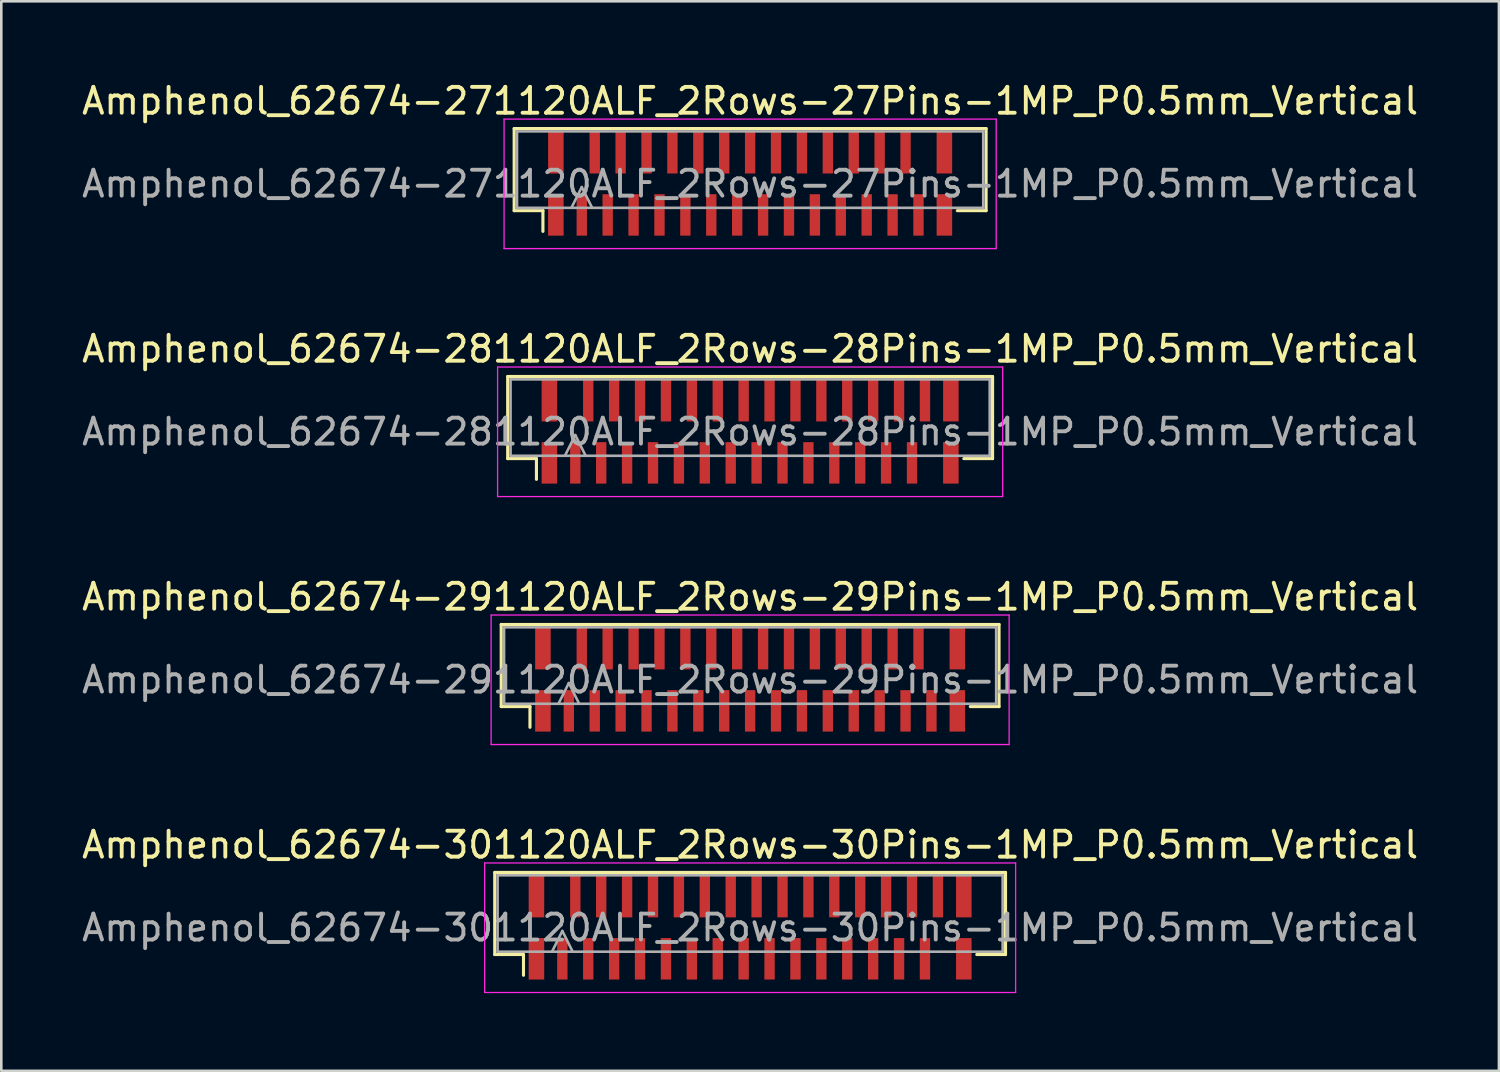
<source format=kicad_pcb>
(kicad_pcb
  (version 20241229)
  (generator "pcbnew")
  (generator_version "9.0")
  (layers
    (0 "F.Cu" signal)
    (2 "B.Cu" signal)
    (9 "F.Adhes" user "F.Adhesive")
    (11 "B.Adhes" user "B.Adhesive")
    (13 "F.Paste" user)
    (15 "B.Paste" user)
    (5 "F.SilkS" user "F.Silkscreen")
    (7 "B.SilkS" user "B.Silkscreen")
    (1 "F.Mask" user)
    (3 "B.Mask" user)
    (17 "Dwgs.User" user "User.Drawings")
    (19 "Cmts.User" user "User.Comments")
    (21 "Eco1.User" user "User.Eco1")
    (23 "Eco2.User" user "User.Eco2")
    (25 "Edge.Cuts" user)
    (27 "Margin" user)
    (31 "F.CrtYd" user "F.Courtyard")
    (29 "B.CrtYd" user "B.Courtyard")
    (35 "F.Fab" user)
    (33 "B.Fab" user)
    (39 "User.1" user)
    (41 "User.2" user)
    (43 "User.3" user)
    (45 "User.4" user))
  (footprint "Amphenol_62674-291120ALF_2Rows-29Pins-1MP_P0.5mm_Vertical"
    (layer "F.Cu")
    (at 25.911 23.195)
    (property "Reference" "Amphenol_62674-291120ALF_2Rows-29Pins-1MP_P0.5mm_Vertical" (at 0 -3.2 0) (layer "F.SilkS") (effects (font (size 1 1) (thickness 0.15))))
    (attr smd)
    (fp_line (start -9.61 -2.135) (end -9.61 1.035) (stroke (width 0.12) (type solid)) (layer "F.SilkS"))
    (fp_line (start -9.61 1.035) (end -8.5 1.035) (stroke (width 0.12) (type solid)) (layer "F.SilkS"))
    (fp_line (start -8.5 1.035) (end -8.5 1.835) (stroke (width 0.12) (type solid)) (layer "F.SilkS"))
    (fp_line (start 8.5 1.035) (end 9.61 1.035) (stroke (width 0.12) (type solid)) (layer "F.SilkS"))
    (fp_line (start 9.61 -2.135) (end -9.61 -2.135) (stroke (width 0.12) (type solid)) (layer "F.SilkS"))
    (fp_line (start 9.61 1.035) (end 9.61 -2.135) (stroke (width 0.12) (type solid)) (layer "F.SilkS"))
    (fp_line (start -10 -2.5) (end 10 -2.5) (stroke (width 0.05) (type solid)) (layer "F.CrtYd"))
    (fp_line (start -10 2.5) (end -10 -2.5) (stroke (width 0.05) (type solid)) (layer "F.CrtYd"))
    (fp_line (start 10 -2.5) (end 10 2.5) (stroke (width 0.05) (type solid)) (layer "F.CrtYd"))
    (fp_line (start 10 2.5) (end -10 2.5) (stroke (width 0.05) (type solid)) (layer "F.CrtYd"))
    (fp_line (start -9.5 -2.025) (end -9.5 0.925) (stroke (width 0.1) (type solid)) (layer "F.Fab"))
    (fp_line (start -9.5 0.925) (end 9.5 0.925) (stroke (width 0.1) (type solid)) (layer "F.Fab"))
    (fp_line (start -7.4 0.925) (end -7 0.125) (stroke (width 0.1) (type solid)) (layer "F.Fab"))
    (fp_line (start -7 0.125) (end -6.6 0.925) (stroke (width 0.1) (type solid)) (layer "F.Fab"))
    (fp_line (start 9.5 -2.025) (end -9.5 -2.025) (stroke (width 0.1) (type solid)) (layer "F.Fab"))
    (fp_line (start 9.5 0.925) (end 9.5 -2.025) (stroke (width 0.1) (type solid)) (layer "F.Fab"))
    (fp_text user "${REFERENCE}" (at 0 0 0) (layer "F.Fab") (effects (font (size 1 1) (thickness 0.15))))
    (pad "1" smd rect (at -7 1.2) (size 0.4 1.6) (layers "F.Cu" "F.Mask" "F.Paste"))
    (pad "2" smd rect (at -6.5 -1.2) (size 0.4 1.6) (layers "F.Cu" "F.Mask" "F.Paste"))
    (pad "3" smd rect (at -6 1.2) (size 0.4 1.6) (layers "F.Cu" "F.Mask" "F.Paste"))
    (pad "4" smd rect (at -5.5 -1.2) (size 0.4 1.6) (layers "F.Cu" "F.Mask" "F.Paste"))
    (pad "5" smd rect (at -5 1.2) (size 0.4 1.6) (layers "F.Cu" "F.Mask" "F.Paste"))
    (pad "6" smd rect (at -4.5 -1.2) (size 0.4 1.6) (layers "F.Cu" "F.Mask" "F.Paste"))
    (pad "7" smd rect (at -4 1.2) (size 0.4 1.6) (layers "F.Cu" "F.Mask" "F.Paste"))
    (pad "8" smd rect (at -3.5 -1.2) (size 0.4 1.6) (layers "F.Cu" "F.Mask" "F.Paste"))
    (pad "9" smd rect (at -3 1.2) (size 0.4 1.6) (layers "F.Cu" "F.Mask" "F.Paste"))
    (pad "10" smd rect (at -2.5 -1.2) (size 0.4 1.6) (layers "F.Cu" "F.Mask" "F.Paste"))
    (pad "11" smd rect (at -2 1.2) (size 0.4 1.6) (layers "F.Cu" "F.Mask" "F.Paste"))
    (pad "12" smd rect (at -1.5 -1.2) (size 0.4 1.6) (layers "F.Cu" "F.Mask" "F.Paste"))
    (pad "13" smd rect (at -1 1.2) (size 0.4 1.6) (layers "F.Cu" "F.Mask" "F.Paste"))
    (pad "14" smd rect (at -0.5 -1.2) (size 0.4 1.6) (layers "F.Cu" "F.Mask" "F.Paste"))
    (pad "15" smd rect (at 0 1.2) (size 0.4 1.6) (layers "F.Cu" "F.Mask" "F.Paste"))
    (pad "16" smd rect (at 0.5 -1.2) (size 0.4 1.6) (layers "F.Cu" "F.Mask" "F.Paste"))
    (pad "17" smd rect (at 1 1.2) (size 0.4 1.6) (layers "F.Cu" "F.Mask" "F.Paste"))
    (pad "18" smd rect (at 1.5 -1.2) (size 0.4 1.6) (layers "F.Cu" "F.Mask" "F.Paste"))
    (pad "19" smd rect (at 2 1.2) (size 0.4 1.6) (layers "F.Cu" "F.Mask" "F.Paste"))
    (pad "20" smd rect (at 2.5 -1.2) (size 0.4 1.6) (layers "F.Cu" "F.Mask" "F.Paste"))
    (pad "21" smd rect (at 3 1.2) (size 0.4 1.6) (layers "F.Cu" "F.Mask" "F.Paste"))
    (pad "22" smd rect (at 3.5 -1.2) (size 0.4 1.6) (layers "F.Cu" "F.Mask" "F.Paste"))
    (pad "23" smd rect (at 4 1.2) (size 0.4 1.6) (layers "F.Cu" "F.Mask" "F.Paste"))
    (pad "24" smd rect (at 4.5 -1.2) (size 0.4 1.6) (layers "F.Cu" "F.Mask" "F.Paste"))
    (pad "25" smd rect (at 5 1.2) (size 0.4 1.6) (layers "F.Cu" "F.Mask" "F.Paste"))
    (pad "26" smd rect (at 5.5 -1.2) (size 0.4 1.6) (layers "F.Cu" "F.Mask" "F.Paste"))
    (pad "27" smd rect (at 6 1.2) (size 0.4 1.6) (layers "F.Cu" "F.Mask" "F.Paste"))
    (pad "28" smd rect (at 6.5 -1.2) (size 0.4 1.6) (layers "F.Cu" "F.Mask" "F.Paste"))
    (pad "29" smd rect (at 7 1.2) (size 0.4 1.6) (layers "F.Cu" "F.Mask" "F.Paste"))
    (pad "MP" smd rect (at -8 -1.2) (size 0.6 1.6) (layers "F.Cu" "F.Mask" "F.Paste"))
    (pad "MP" smd rect (at -8 1.2) (size 0.6 1.6) (layers "F.Cu" "F.Mask" "F.Paste"))
    (pad "MP" smd rect (at 8 -1.2) (size 0.6 1.6) (layers "F.Cu" "F.Mask" "F.Paste"))
    (pad "MP" smd rect (at 8 1.2) (size 0.6 1.6) (layers "F.Cu" "F.Mask" "F.Paste")))
  (footprint "Amphenol_62674-301120ALF_2Rows-30Pins-1MP_P0.5mm_Vertical"
    (layer "F.Cu")
    (at 25.911 32.768)
    (property "Reference" "Amphenol_62674-301120ALF_2Rows-30Pins-1MP_P0.5mm_Vertical" (at 0 -3.2 0) (layer "F.SilkS") (effects (font (size 1 1) (thickness 0.15))))
    (attr smd)
    (fp_line (start -9.86 -2.135) (end -9.86 1.035) (stroke (width 0.12) (type solid)) (layer "F.SilkS"))
    (fp_line (start -9.86 1.035) (end -8.75 1.035) (stroke (width 0.12) (type solid)) (layer "F.SilkS"))
    (fp_line (start -8.75 1.035) (end -8.75 1.835) (stroke (width 0.12) (type solid)) (layer "F.SilkS"))
    (fp_line (start 8.75 1.035) (end 9.86 1.035) (stroke (width 0.12) (type solid)) (layer "F.SilkS"))
    (fp_line (start 9.86 -2.135) (end -9.86 -2.135) (stroke (width 0.12) (type solid)) (layer "F.SilkS"))
    (fp_line (start 9.86 1.035) (end 9.86 -2.135) (stroke (width 0.12) (type solid)) (layer "F.SilkS"))
    (fp_line (start -10.25 -2.5) (end 10.25 -2.5) (stroke (width 0.05) (type solid)) (layer "F.CrtYd"))
    (fp_line (start -10.25 2.5) (end -10.25 -2.5) (stroke (width 0.05) (type solid)) (layer "F.CrtYd"))
    (fp_line (start 10.25 -2.5) (end 10.25 2.5) (stroke (width 0.05) (type solid)) (layer "F.CrtYd"))
    (fp_line (start 10.25 2.5) (end -10.25 2.5) (stroke (width 0.05) (type solid)) (layer "F.CrtYd"))
    (fp_line (start -9.75 -2.025) (end -9.75 0.925) (stroke (width 0.1) (type solid)) (layer "F.Fab"))
    (fp_line (start -9.75 0.925) (end 9.75 0.925) (stroke (width 0.1) (type solid)) (layer "F.Fab"))
    (fp_line (start -7.65 0.925) (end -7.25 0.125) (stroke (width 0.1) (type solid)) (layer "F.Fab"))
    (fp_line (start -7.25 0.125) (end -6.85 0.925) (stroke (width 0.1) (type solid)) (layer "F.Fab"))
    (fp_line (start 9.75 -2.025) (end -9.75 -2.025) (stroke (width 0.1) (type solid)) (layer "F.Fab"))
    (fp_line (start 9.75 0.925) (end 9.75 -2.025) (stroke (width 0.1) (type solid)) (layer "F.Fab"))
    (fp_text user "${REFERENCE}" (at 0 0 0) (layer "F.Fab") (effects (font (size 1 1) (thickness 0.15))))
    (pad "1" smd rect (at -7.25 1.2) (size 0.4 1.6) (layers "F.Cu" "F.Mask" "F.Paste"))
    (pad "2" smd rect (at -6.75 -1.2) (size 0.4 1.6) (layers "F.Cu" "F.Mask" "F.Paste"))
    (pad "3" smd rect (at -6.25 1.2) (size 0.4 1.6) (layers "F.Cu" "F.Mask" "F.Paste"))
    (pad "4" smd rect (at -5.75 -1.2) (size 0.4 1.6) (layers "F.Cu" "F.Mask" "F.Paste"))
    (pad "5" smd rect (at -5.25 1.2) (size 0.4 1.6) (layers "F.Cu" "F.Mask" "F.Paste"))
    (pad "6" smd rect (at -4.75 -1.2) (size 0.4 1.6) (layers "F.Cu" "F.Mask" "F.Paste"))
    (pad "7" smd rect (at -4.25 1.2) (size 0.4 1.6) (layers "F.Cu" "F.Mask" "F.Paste"))
    (pad "8" smd rect (at -3.75 -1.2) (size 0.4 1.6) (layers "F.Cu" "F.Mask" "F.Paste"))
    (pad "9" smd rect (at -3.25 1.2) (size 0.4 1.6) (layers "F.Cu" "F.Mask" "F.Paste"))
    (pad "10" smd rect (at -2.75 -1.2) (size 0.4 1.6) (layers "F.Cu" "F.Mask" "F.Paste"))
    (pad "11" smd rect (at -2.25 1.2) (size 0.4 1.6) (layers "F.Cu" "F.Mask" "F.Paste"))
    (pad "12" smd rect (at -1.75 -1.2) (size 0.4 1.6) (layers "F.Cu" "F.Mask" "F.Paste"))
    (pad "13" smd rect (at -1.25 1.2) (size 0.4 1.6) (layers "F.Cu" "F.Mask" "F.Paste"))
    (pad "14" smd rect (at -0.75 -1.2) (size 0.4 1.6) (layers "F.Cu" "F.Mask" "F.Paste"))
    (pad "15" smd rect (at -0.25 1.2) (size 0.4 1.6) (layers "F.Cu" "F.Mask" "F.Paste"))
    (pad "16" smd rect (at 0.25 -1.2) (size 0.4 1.6) (layers "F.Cu" "F.Mask" "F.Paste"))
    (pad "17" smd rect (at 0.75 1.2) (size 0.4 1.6) (layers "F.Cu" "F.Mask" "F.Paste"))
    (pad "18" smd rect (at 1.25 -1.2) (size 0.4 1.6) (layers "F.Cu" "F.Mask" "F.Paste"))
    (pad "19" smd rect (at 1.75 1.2) (size 0.4 1.6) (layers "F.Cu" "F.Mask" "F.Paste"))
    (pad "20" smd rect (at 2.25 -1.2) (size 0.4 1.6) (layers "F.Cu" "F.Mask" "F.Paste"))
    (pad "21" smd rect (at 2.75 1.2) (size 0.4 1.6) (layers "F.Cu" "F.Mask" "F.Paste"))
    (pad "22" smd rect (at 3.25 -1.2) (size 0.4 1.6) (layers "F.Cu" "F.Mask" "F.Paste"))
    (pad "23" smd rect (at 3.75 1.2) (size 0.4 1.6) (layers "F.Cu" "F.Mask" "F.Paste"))
    (pad "24" smd rect (at 4.25 -1.2) (size 0.4 1.6) (layers "F.Cu" "F.Mask" "F.Paste"))
    (pad "25" smd rect (at 4.75 1.2) (size 0.4 1.6) (layers "F.Cu" "F.Mask" "F.Paste"))
    (pad "26" smd rect (at 5.25 -1.2) (size 0.4 1.6) (layers "F.Cu" "F.Mask" "F.Paste"))
    (pad "27" smd rect (at 5.75 1.2) (size 0.4 1.6) (layers "F.Cu" "F.Mask" "F.Paste"))
    (pad "28" smd rect (at 6.25 -1.2) (size 0.4 1.6) (layers "F.Cu" "F.Mask" "F.Paste"))
    (pad "29" smd rect (at 6.75 1.2) (size 0.4 1.6) (layers "F.Cu" "F.Mask" "F.Paste"))
    (pad "30" smd rect (at 7.25 -1.2) (size 0.4 1.6) (layers "F.Cu" "F.Mask" "F.Paste"))
    (pad "MP" smd rect (at -8.25 -1.2) (size 0.6 1.6) (layers "F.Cu" "F.Mask" "F.Paste"))
    (pad "MP" smd rect (at -8.25 1.2) (size 0.6 1.6) (layers "F.Cu" "F.Mask" "F.Paste"))
    (pad "MP" smd rect (at 8.25 -1.2) (size 0.6 1.6) (layers "F.Cu" "F.Mask" "F.Paste"))
    (pad "MP" smd rect (at 8.25 1.2) (size 0.6 1.6) (layers "F.Cu" "F.Mask" "F.Paste")))
  (footprint "Amphenol_62674-271120ALF_2Rows-27Pins-1MP_P0.5mm_Vertical"
    (layer "F.Cu")
    (at 25.911 4.048)
    (property "Reference" "Amphenol_62674-271120ALF_2Rows-27Pins-1MP_P0.5mm_Vertical" (at 0 -3.2 0) (layer "F.SilkS") (effects (font (size 1 1) (thickness 0.15))))
    (attr smd)
    (fp_line (start -9.11 -2.135) (end -9.11 1.035) (stroke (width 0.12) (type solid)) (layer "F.SilkS"))
    (fp_line (start -9.11 1.035) (end -8 1.035) (stroke (width 0.12) (type solid)) (layer "F.SilkS"))
    (fp_line (start -8 1.035) (end -8 1.835) (stroke (width 0.12) (type solid)) (layer "F.SilkS"))
    (fp_line (start 8 1.035) (end 9.11 1.035) (stroke (width 0.12) (type solid)) (layer "F.SilkS"))
    (fp_line (start 9.11 -2.135) (end -9.11 -2.135) (stroke (width 0.12) (type solid)) (layer "F.SilkS"))
    (fp_line (start 9.11 1.035) (end 9.11 -2.135) (stroke (width 0.12) (type solid)) (layer "F.SilkS"))
    (fp_line (start -9.5 -2.5) (end 9.5 -2.5) (stroke (width 0.05) (type solid)) (layer "F.CrtYd"))
    (fp_line (start -9.5 2.5) (end -9.5 -2.5) (stroke (width 0.05) (type solid)) (layer "F.CrtYd"))
    (fp_line (start 9.5 -2.5) (end 9.5 2.5) (stroke (width 0.05) (type solid)) (layer "F.CrtYd"))
    (fp_line (start 9.5 2.5) (end -9.5 2.5) (stroke (width 0.05) (type solid)) (layer "F.CrtYd"))
    (fp_line (start -9 -2.025) (end -9 0.925) (stroke (width 0.1) (type solid)) (layer "F.Fab"))
    (fp_line (start -9 0.925) (end 9 0.925) (stroke (width 0.1) (type solid)) (layer "F.Fab"))
    (fp_line (start -6.9 0.925) (end -6.5 0.125) (stroke (width 0.1) (type solid)) (layer "F.Fab"))
    (fp_line (start -6.5 0.125) (end -6.1 0.925) (stroke (width 0.1) (type solid)) (layer "F.Fab"))
    (fp_line (start 9 -2.025) (end -9 -2.025) (stroke (width 0.1) (type solid)) (layer "F.Fab"))
    (fp_line (start 9 0.925) (end 9 -2.025) (stroke (width 0.1) (type solid)) (layer "F.Fab"))
    (fp_text user "${REFERENCE}" (at 0 0 0) (layer "F.Fab") (effects (font (size 1 1) (thickness 0.15))))
    (pad "1" smd rect (at -6.5 1.2) (size 0.4 1.6) (layers "F.Cu" "F.Mask" "F.Paste"))
    (pad "2" smd rect (at -6 -1.2) (size 0.4 1.6) (layers "F.Cu" "F.Mask" "F.Paste"))
    (pad "3" smd rect (at -5.5 1.2) (size 0.4 1.6) (layers "F.Cu" "F.Mask" "F.Paste"))
    (pad "4" smd rect (at -5 -1.2) (size 0.4 1.6) (layers "F.Cu" "F.Mask" "F.Paste"))
    (pad "5" smd rect (at -4.5 1.2) (size 0.4 1.6) (layers "F.Cu" "F.Mask" "F.Paste"))
    (pad "6" smd rect (at -4 -1.2) (size 0.4 1.6) (layers "F.Cu" "F.Mask" "F.Paste"))
    (pad "7" smd rect (at -3.5 1.2) (size 0.4 1.6) (layers "F.Cu" "F.Mask" "F.Paste"))
    (pad "8" smd rect (at -3 -1.2) (size 0.4 1.6) (layers "F.Cu" "F.Mask" "F.Paste"))
    (pad "9" smd rect (at -2.5 1.2) (size 0.4 1.6) (layers "F.Cu" "F.Mask" "F.Paste"))
    (pad "10" smd rect (at -2 -1.2) (size 0.4 1.6) (layers "F.Cu" "F.Mask" "F.Paste"))
    (pad "11" smd rect (at -1.5 1.2) (size 0.4 1.6) (layers "F.Cu" "F.Mask" "F.Paste"))
    (pad "12" smd rect (at -1 -1.2) (size 0.4 1.6) (layers "F.Cu" "F.Mask" "F.Paste"))
    (pad "13" smd rect (at -0.5 1.2) (size 0.4 1.6) (layers "F.Cu" "F.Mask" "F.Paste"))
    (pad "14" smd rect (at 0 -1.2) (size 0.4 1.6) (layers "F.Cu" "F.Mask" "F.Paste"))
    (pad "15" smd rect (at 0.5 1.2) (size 0.4 1.6) (layers "F.Cu" "F.Mask" "F.Paste"))
    (pad "16" smd rect (at 1 -1.2) (size 0.4 1.6) (layers "F.Cu" "F.Mask" "F.Paste"))
    (pad "17" smd rect (at 1.5 1.2) (size 0.4 1.6) (layers "F.Cu" "F.Mask" "F.Paste"))
    (pad "18" smd rect (at 2 -1.2) (size 0.4 1.6) (layers "F.Cu" "F.Mask" "F.Paste"))
    (pad "19" smd rect (at 2.5 1.2) (size 0.4 1.6) (layers "F.Cu" "F.Mask" "F.Paste"))
    (pad "20" smd rect (at 3 -1.2) (size 0.4 1.6) (layers "F.Cu" "F.Mask" "F.Paste"))
    (pad "21" smd rect (at 3.5 1.2) (size 0.4 1.6) (layers "F.Cu" "F.Mask" "F.Paste"))
    (pad "22" smd rect (at 4 -1.2) (size 0.4 1.6) (layers "F.Cu" "F.Mask" "F.Paste"))
    (pad "23" smd rect (at 4.5 1.2) (size 0.4 1.6) (layers "F.Cu" "F.Mask" "F.Paste"))
    (pad "24" smd rect (at 5 -1.2) (size 0.4 1.6) (layers "F.Cu" "F.Mask" "F.Paste"))
    (pad "25" smd rect (at 5.5 1.2) (size 0.4 1.6) (layers "F.Cu" "F.Mask" "F.Paste"))
    (pad "26" smd rect (at 6 -1.2) (size 0.4 1.6) (layers "F.Cu" "F.Mask" "F.Paste"))
    (pad "27" smd rect (at 6.5 1.2) (size 0.4 1.6) (layers "F.Cu" "F.Mask" "F.Paste"))
    (pad "MP" smd rect (at -7.5 -1.2) (size 0.6 1.6) (layers "F.Cu" "F.Mask" "F.Paste"))
    (pad "MP" smd rect (at -7.5 1.2) (size 0.6 1.6) (layers "F.Cu" "F.Mask" "F.Paste"))
    (pad "MP" smd rect (at 7.5 -1.2) (size 0.6 1.6) (layers "F.Cu" "F.Mask" "F.Paste"))
    (pad "MP" smd rect (at 7.5 1.2) (size 0.6 1.6) (layers "F.Cu" "F.Mask" "F.Paste")))
  (footprint "Amphenol_62674-281120ALF_2Rows-28Pins-1MP_P0.5mm_Vertical"
    (layer "F.Cu")
    (at 25.911 13.621)
    (property "Reference" "Amphenol_62674-281120ALF_2Rows-28Pins-1MP_P0.5mm_Vertical" (at 0 -3.2 0) (layer "F.SilkS") (effects (font (size 1 1) (thickness 0.15))))
    (attr smd)
    (fp_line (start -9.36 -2.135) (end -9.36 1.035) (stroke (width 0.12) (type solid)) (layer "F.SilkS"))
    (fp_line (start -9.36 1.035) (end -8.25 1.035) (stroke (width 0.12) (type solid)) (layer "F.SilkS"))
    (fp_line (start -8.25 1.035) (end -8.25 1.835) (stroke (width 0.12) (type solid)) (layer "F.SilkS"))
    (fp_line (start 8.25 1.035) (end 9.36 1.035) (stroke (width 0.12) (type solid)) (layer "F.SilkS"))
    (fp_line (start 9.36 -2.135) (end -9.36 -2.135) (stroke (width 0.12) (type solid)) (layer "F.SilkS"))
    (fp_line (start 9.36 1.035) (end 9.36 -2.135) (stroke (width 0.12) (type solid)) (layer "F.SilkS"))
    (fp_line (start -9.75 -2.5) (end 9.75 -2.5) (stroke (width 0.05) (type solid)) (layer "F.CrtYd"))
    (fp_line (start -9.75 2.5) (end -9.75 -2.5) (stroke (width 0.05) (type solid)) (layer "F.CrtYd"))
    (fp_line (start 9.75 -2.5) (end 9.75 2.5) (stroke (width 0.05) (type solid)) (layer "F.CrtYd"))
    (fp_line (start 9.75 2.5) (end -9.75 2.5) (stroke (width 0.05) (type solid)) (layer "F.CrtYd"))
    (fp_line (start -9.25 -2.025) (end -9.25 0.925) (stroke (width 0.1) (type solid)) (layer "F.Fab"))
    (fp_line (start -9.25 0.925) (end 9.25 0.925) (stroke (width 0.1) (type solid)) (layer "F.Fab"))
    (fp_line (start -7.15 0.925) (end -6.75 0.125) (stroke (width 0.1) (type solid)) (layer "F.Fab"))
    (fp_line (start -6.75 0.125) (end -6.35 0.925) (stroke (width 0.1) (type solid)) (layer "F.Fab"))
    (fp_line (start 9.25 -2.025) (end -9.25 -2.025) (stroke (width 0.1) (type solid)) (layer "F.Fab"))
    (fp_line (start 9.25 0.925) (end 9.25 -2.025) (stroke (width 0.1) (type solid)) (layer "F.Fab"))
    (fp_text user "${REFERENCE}" (at 0 0 0) (layer "F.Fab") (effects (font (size 1 1) (thickness 0.15))))
    (pad "1" smd rect (at -6.75 1.2) (size 0.4 1.6) (layers "F.Cu" "F.Mask" "F.Paste"))
    (pad "2" smd rect (at -6.25 -1.2) (size 0.4 1.6) (layers "F.Cu" "F.Mask" "F.Paste"))
    (pad "3" smd rect (at -5.75 1.2) (size 0.4 1.6) (layers "F.Cu" "F.Mask" "F.Paste"))
    (pad "4" smd rect (at -5.25 -1.2) (size 0.4 1.6) (layers "F.Cu" "F.Mask" "F.Paste"))
    (pad "5" smd rect (at -4.75 1.2) (size 0.4 1.6) (layers "F.Cu" "F.Mask" "F.Paste"))
    (pad "6" smd rect (at -4.25 -1.2) (size 0.4 1.6) (layers "F.Cu" "F.Mask" "F.Paste"))
    (pad "7" smd rect (at -3.75 1.2) (size 0.4 1.6) (layers "F.Cu" "F.Mask" "F.Paste"))
    (pad "8" smd rect (at -3.25 -1.2) (size 0.4 1.6) (layers "F.Cu" "F.Mask" "F.Paste"))
    (pad "9" smd rect (at -2.75 1.2) (size 0.4 1.6) (layers "F.Cu" "F.Mask" "F.Paste"))
    (pad "10" smd rect (at -2.25 -1.2) (size 0.4 1.6) (layers "F.Cu" "F.Mask" "F.Paste"))
    (pad "11" smd rect (at -1.75 1.2) (size 0.4 1.6) (layers "F.Cu" "F.Mask" "F.Paste"))
    (pad "12" smd rect (at -1.25 -1.2) (size 0.4 1.6) (layers "F.Cu" "F.Mask" "F.Paste"))
    (pad "13" smd rect (at -0.75 1.2) (size 0.4 1.6) (layers "F.Cu" "F.Mask" "F.Paste"))
    (pad "14" smd rect (at -0.25 -1.2) (size 0.4 1.6) (layers "F.Cu" "F.Mask" "F.Paste"))
    (pad "15" smd rect (at 0.25 1.2) (size 0.4 1.6) (layers "F.Cu" "F.Mask" "F.Paste"))
    (pad "16" smd rect (at 0.75 -1.2) (size 0.4 1.6) (layers "F.Cu" "F.Mask" "F.Paste"))
    (pad "17" smd rect (at 1.25 1.2) (size 0.4 1.6) (layers "F.Cu" "F.Mask" "F.Paste"))
    (pad "18" smd rect (at 1.75 -1.2) (size 0.4 1.6) (layers "F.Cu" "F.Mask" "F.Paste"))
    (pad "19" smd rect (at 2.25 1.2) (size 0.4 1.6) (layers "F.Cu" "F.Mask" "F.Paste"))
    (pad "20" smd rect (at 2.75 -1.2) (size 0.4 1.6) (layers "F.Cu" "F.Mask" "F.Paste"))
    (pad "21" smd rect (at 3.25 1.2) (size 0.4 1.6) (layers "F.Cu" "F.Mask" "F.Paste"))
    (pad "22" smd rect (at 3.75 -1.2) (size 0.4 1.6) (layers "F.Cu" "F.Mask" "F.Paste"))
    (pad "23" smd rect (at 4.25 1.2) (size 0.4 1.6) (layers "F.Cu" "F.Mask" "F.Paste"))
    (pad "24" smd rect (at 4.75 -1.2) (size 0.4 1.6) (layers "F.Cu" "F.Mask" "F.Paste"))
    (pad "25" smd rect (at 5.25 1.2) (size 0.4 1.6) (layers "F.Cu" "F.Mask" "F.Paste"))
    (pad "26" smd rect (at 5.75 -1.2) (size 0.4 1.6) (layers "F.Cu" "F.Mask" "F.Paste"))
    (pad "27" smd rect (at 6.25 1.2) (size 0.4 1.6) (layers "F.Cu" "F.Mask" "F.Paste"))
    (pad "28" smd rect (at 6.75 -1.2) (size 0.4 1.6) (layers "F.Cu" "F.Mask" "F.Paste"))
    (pad "MP" smd rect (at -7.75 -1.2) (size 0.6 1.6) (layers "F.Cu" "F.Mask" "F.Paste"))
    (pad "MP" smd rect (at -7.75 1.2) (size 0.6 1.6) (layers "F.Cu" "F.Mask" "F.Paste"))
    (pad "MP" smd rect (at 7.75 -1.2) (size 0.6 1.6) (layers "F.Cu" "F.Mask" "F.Paste"))
    (pad "MP" smd rect (at 7.75 1.2) (size 0.6 1.6) (layers "F.Cu" "F.Mask" "F.Paste")))
  (gr_rect
    (start -3 -3)
    (end 54.821 38.293)
    (stroke (width 0.1) (type default))
    (fill no)
    (layer "Edge.Cuts")))
</source>
